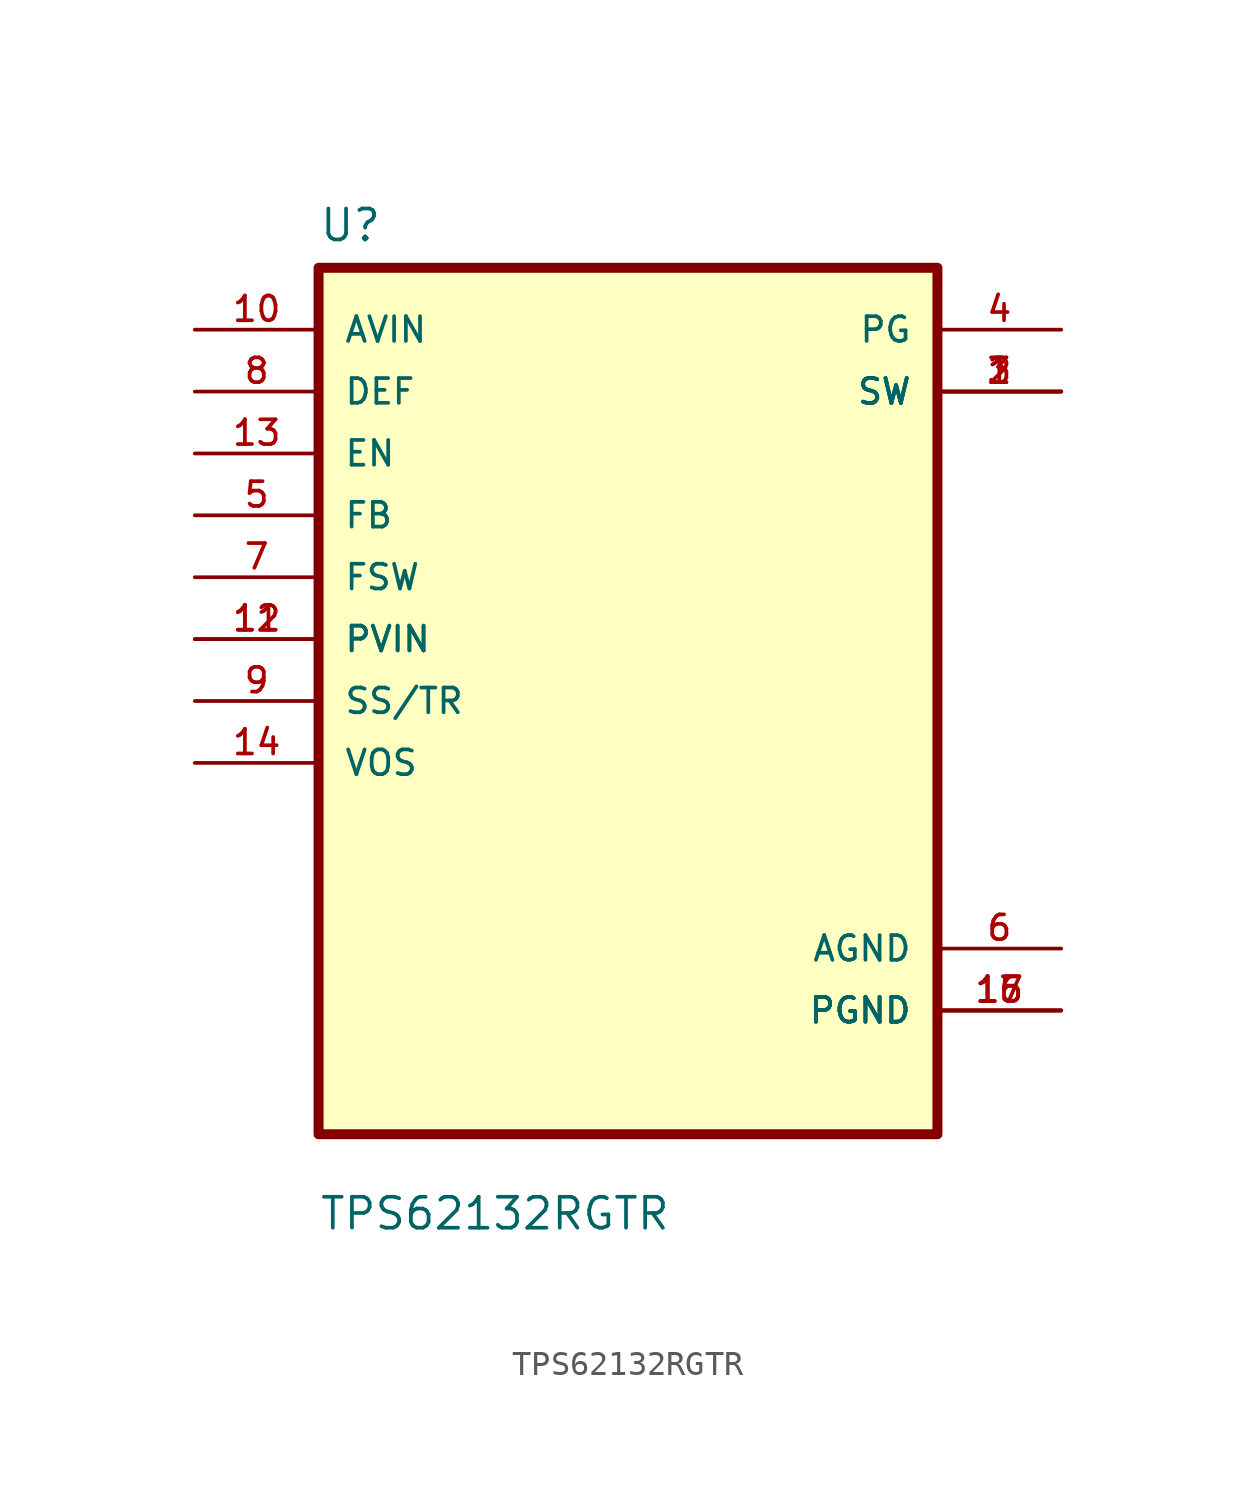
<source format=kicad_sym>
(kicad_symbol_lib
  (version 20211014)
  (generator kicad_symbol_editor)
  (symbol "TPS62132RGTR"
    (pin_names
      (offset 1.016))
    (property "Reference" "U"
      (at -12.7 18.78 0.0)
      (effects (font (size 1.27 1.27)) (justify bottom left)))
    (property "Value" "TPS62132RGTR"
      (at -12.7 -21.78 0.0)
      (effects (font (size 1.27 1.27)) (justify bottom left)))
    (symbol "TPS62132RGTR_0_0"
      (rectangle (start -12.7 -17.78) (end 12.7 17.78) (stroke (width 0.41)) (fill (type background)))
      (pin input line (at -17.78 15.24 0) (length 5.08) (name "AVIN" (effects (font (size 1.016 1.016)))) (number "10" (effects (font (size 1.016 1.016)))))
      (pin input line (at -17.78 12.7 0) (length 5.08) (name "DEF" (effects (font (size 1.016 1.016)))) (number "8" (effects (font (size 1.016 1.016)))))
      (pin input line (at -17.78 10.16 0) (length 5.08) (name "EN" (effects (font (size 1.016 1.016)))) (number "13" (effects (font (size 1.016 1.016)))))
      (pin input line (at -17.78 7.62 0) (length 5.08) (name "FB" (effects (font (size 1.016 1.016)))) (number "5" (effects (font (size 1.016 1.016)))))
      (pin input line (at -17.78 5.08 0) (length 5.08) (name "FSW" (effects (font (size 1.016 1.016)))) (number "7" (effects (font (size 1.016 1.016)))))
      (pin input line (at -17.78 2.54 0) (length 5.08) (name "PVIN" (effects (font (size 1.016 1.016)))) (number "11" (effects (font (size 1.016 1.016)))))
      (pin input line (at -17.78 2.54 0) (length 5.08) (name "PVIN" (effects (font (size 1.016 1.016)))) (number "12" (effects (font (size 1.016 1.016)))))
      (pin input line (at -17.78 3.5527136788e-15 0) (length 5.08) (name "SS/TR" (effects (font (size 1.016 1.016)))) (number "9" (effects (font (size 1.016 1.016)))))
      (pin input line (at -17.78 -2.54 0) (length 5.08) (name "VOS" (effects (font (size 1.016 1.016)))) (number "14" (effects (font (size 1.016 1.016)))))
      (pin output line (at 17.78 15.24 180.0) (length 5.08) (name "PG" (effects (font (size 1.016 1.016)))) (number "4" (effects (font (size 1.016 1.016)))))
      (pin output line (at 17.78 12.7 180.0) (length 5.08) (name "SW" (effects (font (size 1.016 1.016)))) (number "1" (effects (font (size 1.016 1.016)))))
      (pin output line (at 17.78 12.7 180.0) (length 5.08) (name "SW" (effects (font (size 1.016 1.016)))) (number "2" (effects (font (size 1.016 1.016)))))
      (pin output line (at 17.78 12.7 180.0) (length 5.08) (name "SW" (effects (font (size 1.016 1.016)))) (number "3" (effects (font (size 1.016 1.016)))))
      (pin power_in line (at 17.78 -10.16 180.0) (length 5.08) (name "AGND" (effects (font (size 1.016 1.016)))) (number "6" (effects (font (size 1.016 1.016)))))
      (pin power_in line (at 17.78 -12.7 180.0) (length 5.08) (name "PGND" (effects (font (size 1.016 1.016)))) (number "15" (effects (font (size 1.016 1.016)))))
      (pin power_in line (at 17.78 -12.7 180.0) (length 5.08) (name "PGND" (effects (font (size 1.016 1.016)))) (number "16" (effects (font (size 1.016 1.016)))))
      (pin power_in line (at 17.78 -12.7 180.0) (length 5.08) (name "PGND" (effects (font (size 1.016 1.016)))) (number "17" (effects (font (size 1.016 1.016))))))))
</source>
